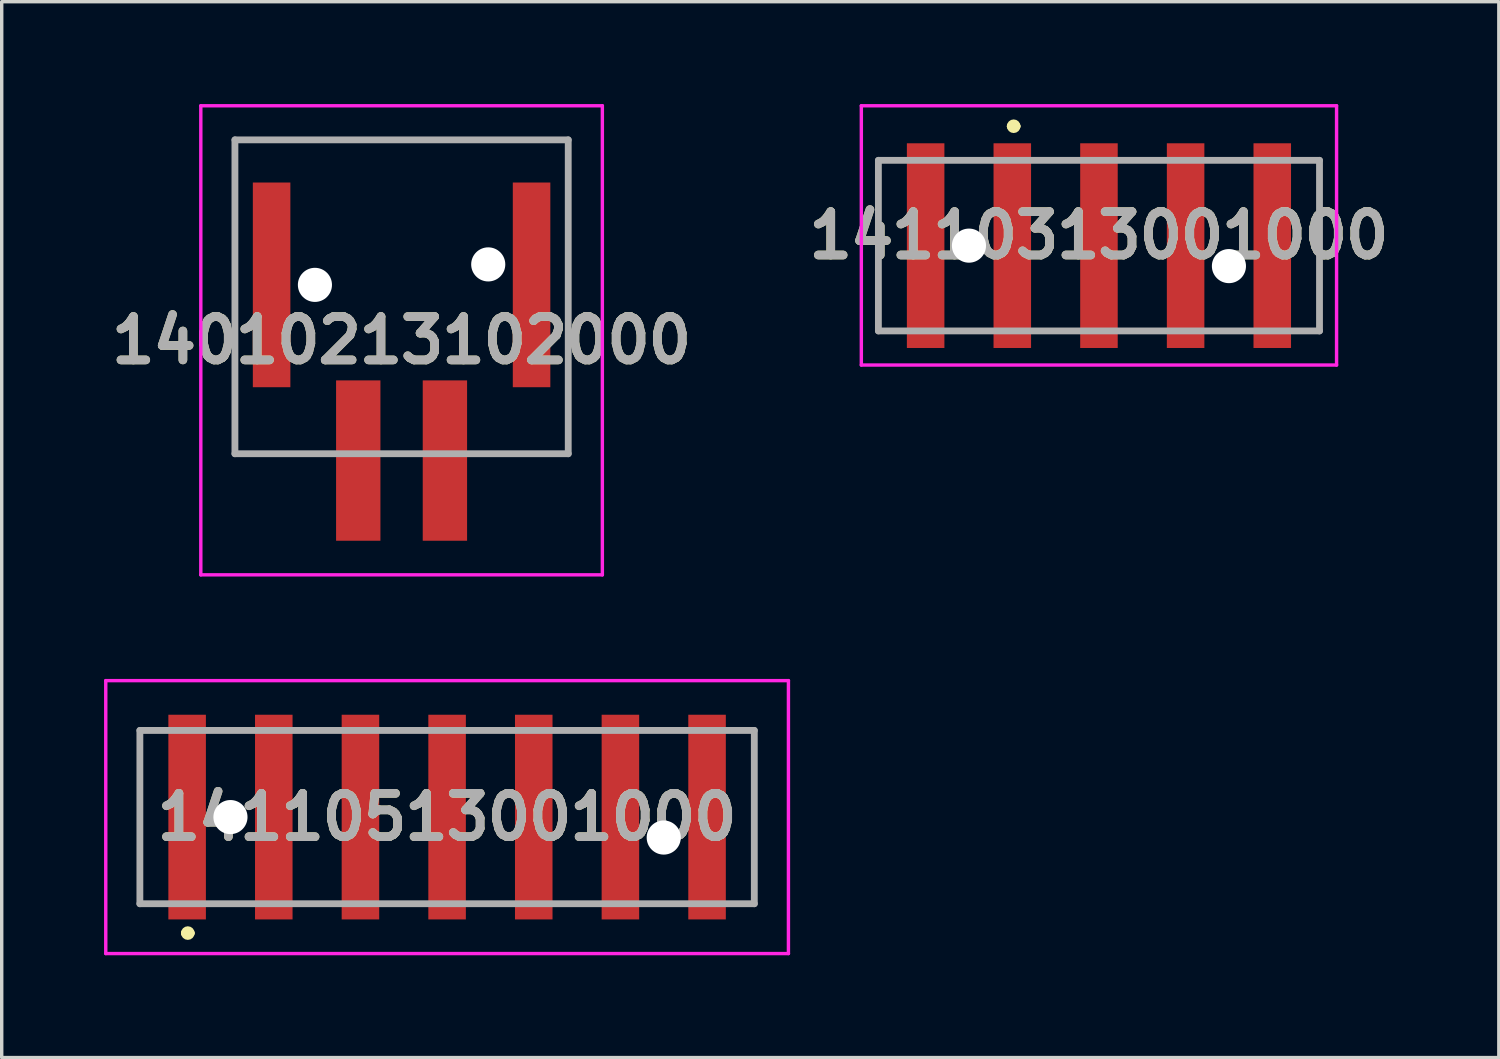
<source format=kicad_pcb>
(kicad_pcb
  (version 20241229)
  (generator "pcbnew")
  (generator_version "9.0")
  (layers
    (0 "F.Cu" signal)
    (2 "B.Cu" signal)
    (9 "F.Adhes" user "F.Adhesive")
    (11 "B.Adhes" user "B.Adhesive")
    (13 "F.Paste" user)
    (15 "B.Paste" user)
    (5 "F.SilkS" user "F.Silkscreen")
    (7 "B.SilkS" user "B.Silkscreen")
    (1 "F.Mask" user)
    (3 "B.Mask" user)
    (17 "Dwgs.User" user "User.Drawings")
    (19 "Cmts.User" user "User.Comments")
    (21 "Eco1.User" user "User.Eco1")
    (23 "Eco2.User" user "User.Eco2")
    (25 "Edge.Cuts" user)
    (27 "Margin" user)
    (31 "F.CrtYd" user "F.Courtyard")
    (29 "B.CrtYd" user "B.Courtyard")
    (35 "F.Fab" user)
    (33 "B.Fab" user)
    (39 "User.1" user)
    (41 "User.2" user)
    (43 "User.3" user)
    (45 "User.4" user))
  (footprint "14110313001000"
    (layer "F.Cu")
    (at 29.162 4.15)
    (property "Reference" "14110313001000" (at 0 -0.3 0) (layer "F.SilkS") (effects (font (size 1.27 1.27) (thickness 0.254))))
    (attr through_hole)
    (fp_line (start -6.465 -2.5) (end -6.465 2.5) (stroke (width 0.1) (type solid)) (layer "F.SilkS"))
    (fp_line (start -6.465 2.5) (end -6 2.5) (stroke (width 0.1) (type solid)) (layer "F.SilkS"))
    (fp_line (start -6 -2.5) (end -6.465 -2.5) (stroke (width 0.1) (type solid)) (layer "F.SilkS"))
    (fp_line (start -2.6 -3.5) (end -2.6 -3.5) (stroke (width 0.2) (type solid)) (layer "F.SilkS"))
    (fp_line (start -2.4 -3.5) (end -2.4 -3.5) (stroke (width 0.2) (type solid)) (layer "F.SilkS"))
    (fp_line (start -1.6 -2.5) (end -1 -2.5) (stroke (width 0.1) (type solid)) (layer "F.SilkS"))
    (fp_line (start -1.6 2.5) (end -1 2.5) (stroke (width 0.1) (type solid)) (layer "F.SilkS"))
    (fp_line (start 1 -2.5) (end 1.6 -2.5) (stroke (width 0.1) (type solid)) (layer "F.SilkS"))
    (fp_line (start 1 2.5) (end 1.6 2.5) (stroke (width 0.1) (type solid)) (layer "F.SilkS"))
    (fp_line (start 6 -2.5) (end 6.465 -2.5) (stroke (width 0.1) (type solid)) (layer "F.SilkS"))
    (fp_line (start 6.465 -2.5) (end 6.465 2.5) (stroke (width 0.1) (type solid)) (layer "F.SilkS"))
    (fp_line (start 6.465 2.5) (end 6 2.5) (stroke (width 0.1) (type solid)) (layer "F.SilkS"))
    (fp_arc (start -2.6 -3.5) (mid -2.5 -3.6) (end -2.4 -3.5) (stroke (width 0.2) (type solid)) (layer "F.SilkS"))
    (fp_arc (start -2.4 -3.5) (mid -2.5 -3.4) (end -2.6 -3.5) (stroke (width 0.2) (type solid)) (layer "F.SilkS"))
    (fp_line (start -6.965 -4.1) (end 6.965 -4.1) (stroke (width 0.1) (type solid)) (layer "F.CrtYd"))
    (fp_line (start -6.965 3.5) (end -6.965 -4.1) (stroke (width 0.1) (type solid)) (layer "F.CrtYd"))
    (fp_line (start 6.965 -4.1) (end 6.965 3.5) (stroke (width 0.1) (type solid)) (layer "F.CrtYd"))
    (fp_line (start 6.965 3.5) (end -6.965 3.5) (stroke (width 0.1) (type solid)) (layer "F.CrtYd"))
    (fp_line (start -6.465 -2.5) (end 6.465 -2.5) (stroke (width 0.2) (type solid)) (layer "F.Fab"))
    (fp_line (start -6.465 2.5) (end -6.465 -2.5) (stroke (width 0.2) (type solid)) (layer "F.Fab"))
    (fp_line (start 6.465 -2.5) (end 6.465 2.5) (stroke (width 0.2) (type solid)) (layer "F.Fab"))
    (fp_line (start 6.465 2.5) (end -6.465 2.5) (stroke (width 0.2) (type solid)) (layer "F.Fab"))
    (fp_text user "${REFERENCE}" (at 0 -0.3 0) (layer "F.Fab") (effects (font (size 1.27 1.27) (thickness 0.254))))
    (pad "" np_thru_hole circle (at -3.81 0) (size 1 1) (drill 1) (layers "*.Cu" "*.Mask"))
    (pad "" np_thru_hole circle (at 3.81 0.6) (size 1 1) (drill 1) (layers "*.Cu" "*.Mask"))
    (pad "1" smd rect (at -2.54 0) (size 1.1 6) (layers "F.Cu" "F.Mask" "F.Paste"))
    (pad "2" smd rect (at 0 0) (size 1.1 6) (layers "F.Cu" "F.Mask" "F.Paste"))
    (pad "3" smd rect (at 2.54 0) (size 1.1 6) (layers "F.Cu" "F.Mask" "F.Paste"))
    (pad "MP1" smd rect (at -5.08 0) (size 1.1 6) (layers "F.Cu" "F.Mask" "F.Paste"))
    (pad "MP2" smd rect (at 5.08 0) (size 1.1 6) (layers "F.Cu" "F.Mask" "F.Paste")))
  (footprint "14010213102000"
    (layer "F.Cu")
    (at 8.721 6.925)
    (property "Reference" "14010213102000" (at 0 0 0) (layer "F.SilkS") (effects (font (size 1.27 1.27) (thickness 0.254))))
    (attr through_hole)
    (fp_line (start -4.885 -5.875) (end 4.885 -5.875) (stroke (width 0.1) (type solid)) (layer "F.SilkS"))
    (fp_line (start -4.885 3.325) (end -4.885 -5.875) (stroke (width 0.1) (type solid)) (layer "F.SilkS"))
    (fp_line (start -2.54 3.325) (end -4.885 3.325) (stroke (width 0.1) (type solid)) (layer "F.SilkS"))
    (fp_line (start 4.885 -5.875) (end 4.885 3.325) (stroke (width 0.1) (type solid)) (layer "F.SilkS"))
    (fp_line (start 4.885 3.325) (end 2.54 3.325) (stroke (width 0.1) (type solid)) (layer "F.SilkS"))
    (fp_line (start -5.885 -6.875) (end 5.885 -6.875) (stroke (width 0.1) (type solid)) (layer "F.CrtYd"))
    (fp_line (start -5.885 6.875) (end -5.885 -6.875) (stroke (width 0.1) (type solid)) (layer "F.CrtYd"))
    (fp_line (start 5.885 -6.875) (end 5.885 6.875) (stroke (width 0.1) (type solid)) (layer "F.CrtYd"))
    (fp_line (start 5.885 6.875) (end -5.885 6.875) (stroke (width 0.1) (type solid)) (layer "F.CrtYd"))
    (fp_line (start -4.885 -5.875) (end 4.885 -5.875) (stroke (width 0.2) (type solid)) (layer "F.Fab"))
    (fp_line (start -4.885 3.325) (end -4.885 -5.875) (stroke (width 0.2) (type solid)) (layer "F.Fab"))
    (fp_line (start 4.885 -5.875) (end 4.885 3.325) (stroke (width 0.2) (type solid)) (layer "F.Fab"))
    (fp_line (start 4.885 3.325) (end -4.885 3.325) (stroke (width 0.2) (type solid)) (layer "F.Fab"))
    (fp_text user "${REFERENCE}" (at 0 0 0) (layer "F.Fab") (effects (font (size 1.27 1.27) (thickness 0.254))))
    (pad "" np_thru_hole circle (at -2.54 -1.625) (size 1 1) (drill 1) (layers "*.Cu" "*.Mask"))
    (pad "" np_thru_hole circle (at 2.54 -2.225) (size 1 1) (drill 1) (layers "*.Cu" "*.Mask"))
    (pad "1" smd rect (at -1.27 3.525) (size 1.3 4.7) (layers "F.Cu" "F.Mask" "F.Paste"))
    (pad "2" smd rect (at 1.27 3.525) (size 1.3 4.7) (layers "F.Cu" "F.Mask" "F.Paste"))
    (pad "3" smd rect (at -3.81 -1.625) (size 1.1 6) (layers "F.Cu" "F.Mask" "F.Paste"))
    (pad "4" smd rect (at 3.81 -1.625) (size 1.1 6) (layers "F.Cu" "F.Mask" "F.Paste")))
  (footprint "14110513001000"
    (layer "F.Cu")
    (at 10.055 20.9)
    (property "Reference" "14110513001000" (at 0 0 0) (layer "F.SilkS") (effects (font (size 1.27 1.27) (thickness 0.254))))
    (attr through_hole)
    (fp_line (start -9 -2.54) (end -9 2.5) (stroke (width 0.1) (type solid)) (layer "F.SilkS"))
    (fp_line (start -9 2.5) (end -9 2.54) (stroke (width 0.1) (type solid)) (layer "F.SilkS"))
    (fp_line (start -9 2.54) (end -8.5 2.54) (stroke (width 0.1) (type solid)) (layer "F.SilkS"))
    (fp_line (start -8.5 -2.54) (end -9 -2.54) (stroke (width 0.1) (type solid)) (layer "F.SilkS"))
    (fp_line (start -7.7 3.4) (end -7.7 3.4) (stroke (width 0.2) (type solid)) (layer "F.SilkS"))
    (fp_line (start -7.5 3.4) (end -7.5 3.4) (stroke (width 0.2) (type solid)) (layer "F.SilkS"))
    (fp_line (start 8.5 2.54) (end 9.005 2.54) (stroke (width 0.1) (type solid)) (layer "F.SilkS"))
    (fp_line (start 9 -2.54) (end 8.5 -2.54) (stroke (width 0.1) (type solid)) (layer "F.SilkS"))
    (fp_line (start 9.005 2.54) (end 9 -2.54) (stroke (width 0.1) (type solid)) (layer "F.SilkS"))
    (fp_arc (start -7.7 3.4) (mid -7.6 3.3) (end -7.5 3.4) (stroke (width 0.2) (type solid)) (layer "F.SilkS"))
    (fp_arc (start -7.5 3.4) (mid -7.6 3.5) (end -7.7 3.4) (stroke (width 0.2) (type solid)) (layer "F.SilkS"))
    (fp_line (start -10.005 -4) (end 10.005 -4) (stroke (width 0.1) (type solid)) (layer "F.CrtYd"))
    (fp_line (start -10.005 4) (end -10.005 -4) (stroke (width 0.1) (type solid)) (layer "F.CrtYd"))
    (fp_line (start 10.005 -4) (end 10.005 4) (stroke (width 0.1) (type solid)) (layer "F.CrtYd"))
    (fp_line (start 10.005 4) (end -10.005 4) (stroke (width 0.1) (type solid)) (layer "F.CrtYd"))
    (fp_line (start -9.005 -2.54) (end 9.005 -2.54) (stroke (width 0.2) (type solid)) (layer "F.Fab"))
    (fp_line (start -9.005 2.54) (end -9.005 -2.54) (stroke (width 0.2) (type solid)) (layer "F.Fab"))
    (fp_line (start 9.005 -2.54) (end 9.005 2.54) (stroke (width 0.2) (type solid)) (layer "F.Fab"))
    (fp_line (start 9.005 2.54) (end -9.005 2.54) (stroke (width 0.2) (type solid)) (layer "F.Fab"))
    (fp_text user "${REFERENCE}" (at 0 0 0) (layer "F.Fab") (effects (font (size 1.27 1.27) (thickness 0.254))))
    (pad "" np_thru_hole circle (at -6.35 0) (size 1 1) (drill 1) (layers "*.Cu" "*.Mask"))
    (pad "" np_thru_hole circle (at 6.35 0.6) (size 1 1) (drill 1) (layers "*.Cu" "*.Mask"))
    (pad "1" smd rect (at -5.08 0) (size 1.1 6) (layers "F.Cu" "F.Mask" "F.Paste"))
    (pad "2" smd rect (at -2.54 0) (size 1.1 6) (layers "F.Cu" "F.Mask" "F.Paste"))
    (pad "3" smd rect (at 0 0) (size 1.1 6) (layers "F.Cu" "F.Mask" "F.Paste"))
    (pad "4" smd rect (at 2.54 0) (size 1.1 6) (layers "F.Cu" "F.Mask" "F.Paste"))
    (pad "5" smd rect (at 5.08 0) (size 1.1 6) (layers "F.Cu" "F.Mask" "F.Paste"))
    (pad "MP1" smd rect (at -7.62 0) (size 1.1 6) (layers "F.Cu" "F.Mask" "F.Paste"))
    (pad "MP2" smd rect (at 7.62 0) (size 1.1 6) (layers "F.Cu" "F.Mask" "F.Paste")))
  (gr_rect
    (start -3 -3)
    (end 40.883 27.95)
    (stroke (width 0.1) (type default))
    (fill no)
    (layer "Edge.Cuts")))
</source>
